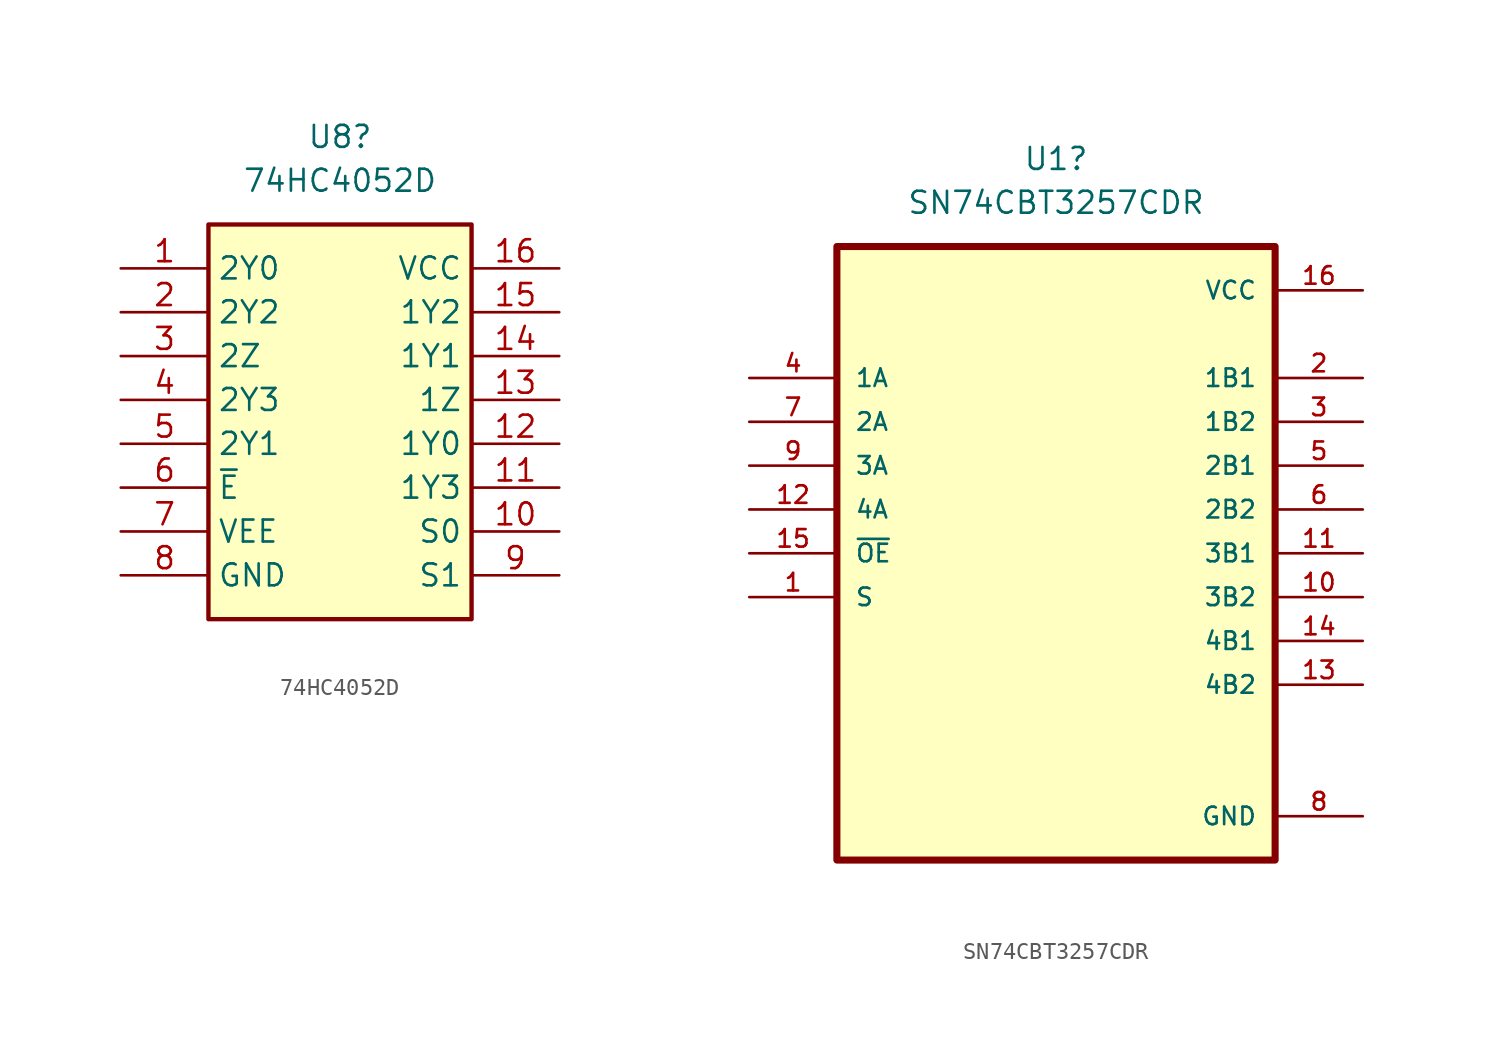
<source format=kicad_sym>
(kicad_symbol_lib
  (version 20241209)
  (generator "kicad_symbol_editor")
  (generator_version "9.0")
  (symbol "74HC4052D"
    (property "Reference" "U8"
      (at 12.7 7.62 0)
      (effects (font (size 1.27 1.27))))
    (property "Value" "74HC4052D"
      (at 12.7 5.08 0)
      (effects (font (size 1.27 1.27))))
    (symbol "74HC4052D_1_1"
      (rectangle (start 5.08 2.54) (end 20.32 -20.32) (stroke (width 0.254) (type default)) (fill (type background)))
      (pin passive line (at 0 0 0) (length 5.08) (name "2Y0" (effects (font (size 1.27 1.27)))) (number "1" (effects (font (size 1.27 1.27)))))
      (pin passive line (at 0 -2.54 0) (length 5.08) (name "2Y2" (effects (font (size 1.27 1.27)))) (number "2" (effects (font (size 1.27 1.27)))))
      (pin passive line (at 0 -5.08 0) (length 5.08) (name "2Z" (effects (font (size 1.27 1.27)))) (number "3" (effects (font (size 1.27 1.27)))))
      (pin passive line (at 0 -7.62 0) (length 5.08) (name "2Y3" (effects (font (size 1.27 1.27)))) (number "4" (effects (font (size 1.27 1.27)))))
      (pin passive line (at 0 -10.16 0) (length 5.08) (name "2Y1" (effects (font (size 1.27 1.27)))) (number "5" (effects (font (size 1.27 1.27)))))
      (pin passive line (at 0 -12.7 0) (length 5.08) (name "~{E}" (effects (font (size 1.27 1.27)))) (number "6" (effects (font (size 1.27 1.27)))))
      (pin passive line (at 0 -15.24 0) (length 5.08) (name "VEE" (effects (font (size 1.27 1.27)))) (number "7" (effects (font (size 1.27 1.27)))))
      (pin passive line (at 0 -17.78 0) (length 5.08) (name "GND" (effects (font (size 1.27 1.27)))) (number "8" (effects (font (size 1.27 1.27)))))
      (pin passive line (at 25.4 0 180) (length 5.08) (name "VCC" (effects (font (size 1.27 1.27)))) (number "16" (effects (font (size 1.27 1.27)))))
      (pin passive line (at 25.4 -2.54 180) (length 5.08) (name "1Y2" (effects (font (size 1.27 1.27)))) (number "15" (effects (font (size 1.27 1.27)))))
      (pin passive line (at 25.4 -5.08 180) (length 5.08) (name "1Y1" (effects (font (size 1.27 1.27)))) (number "14" (effects (font (size 1.27 1.27)))))
      (pin passive line (at 25.4 -7.62 180) (length 5.08) (name "1Z" (effects (font (size 1.27 1.27)))) (number "13" (effects (font (size 1.27 1.27)))))
      (pin passive line (at 25.4 -10.16 180) (length 5.08) (name "1Y0" (effects (font (size 1.27 1.27)))) (number "12" (effects (font (size 1.27 1.27)))))
      (pin passive line (at 25.4 -12.7 180) (length 5.08) (name "1Y3" (effects (font (size 1.27 1.27)))) (number "11" (effects (font (size 1.27 1.27)))))
      (pin passive line (at 25.4 -15.24 180) (length 5.08) (name "S0" (effects (font (size 1.27 1.27)))) (number "10" (effects (font (size 1.27 1.27)))))
      (pin passive line (at 25.4 -17.78 180) (length 5.08) (name "S1" (effects (font (size 1.27 1.27)))) (number "9" (effects (font (size 1.27 1.27)))))))
  (symbol "SN74CBT3257CDR"
    (pin_names
      (offset 1.016))
    (property "Reference" "U1"
      (at 0 22.86 0)
      (effects (font (size 1.27 1.27))))
    (property "Value" "SN74CBT3257CDR"
      (at 0 20.32 0)
      (effects (font (size 1.27 1.27))))
    (symbol "SN74CBT3257CDR_0_0"
      (rectangle (start -12.7 -17.78) (end 12.7 17.78) (stroke (width 0.41) (type default)) (fill (type background)))
      (pin input line (at -17.78 10.16 0) (length 5.08) (name "1A" (effects (font (size 1.016 1.016)))) (number "4" (effects (font (size 1.016 1.016)))))
      (pin input line (at -17.78 7.62 0) (length 5.08) (name "2A" (effects (font (size 1.016 1.016)))) (number "7" (effects (font (size 1.016 1.016)))))
      (pin input line (at -17.78 5.08 0) (length 5.08) (name "3A" (effects (font (size 1.016 1.016)))) (number "9" (effects (font (size 1.016 1.016)))))
      (pin input line (at -17.78 2.54 0) (length 5.08) (name "4A" (effects (font (size 1.016 1.016)))) (number "12" (effects (font (size 1.016 1.016)))))
      (pin input line (at -17.78 0 0) (length 5.08) (name "~{OE}" (effects (font (size 1.016 1.016)))) (number "15" (effects (font (size 1.016 1.016)))))
      (pin input line (at -17.78 -2.54 0) (length 5.08) (name "S" (effects (font (size 1.016 1.016)))) (number "1" (effects (font (size 1.016 1.016)))))
      (pin power_in line (at 17.78 15.24 180) (length 5.08) (name "VCC" (effects (font (size 1.016 1.016)))) (number "16" (effects (font (size 1.016 1.016)))))
      (pin output line (at 17.78 10.16 180) (length 5.08) (name "1B1" (effects (font (size 1.016 1.016)))) (number "2" (effects (font (size 1.016 1.016)))))
      (pin output line (at 17.78 7.62 180) (length 5.08) (name "1B2" (effects (font (size 1.016 1.016)))) (number "3" (effects (font (size 1.016 1.016)))))
      (pin output line (at 17.78 5.08 180) (length 5.08) (name "2B1" (effects (font (size 1.016 1.016)))) (number "5" (effects (font (size 1.016 1.016)))))
      (pin output line (at 17.78 2.54 180) (length 5.08) (name "2B2" (effects (font (size 1.016 1.016)))) (number "6" (effects (font (size 1.016 1.016)))))
      (pin output line (at 17.78 0 180) (length 5.08) (name "3B1" (effects (font (size 1.016 1.016)))) (number "11" (effects (font (size 1.016 1.016)))))
      (pin output line (at 17.78 -2.54 180) (length 5.08) (name "3B2" (effects (font (size 1.016 1.016)))) (number "10" (effects (font (size 1.016 1.016)))))
      (pin output line (at 17.78 -5.08 180) (length 5.08) (name "4B1" (effects (font (size 1.016 1.016)))) (number "14" (effects (font (size 1.016 1.016)))))
      (pin output line (at 17.78 -7.62 180) (length 5.08) (name "4B2" (effects (font (size 1.016 1.016)))) (number "13" (effects (font (size 1.016 1.016)))))
      (pin power_in line (at 17.78 -15.24 180) (length 5.08) (name "GND" (effects (font (size 1.016 1.016)))) (number "8" (effects (font (size 1.016 1.016))))))))
</source>
